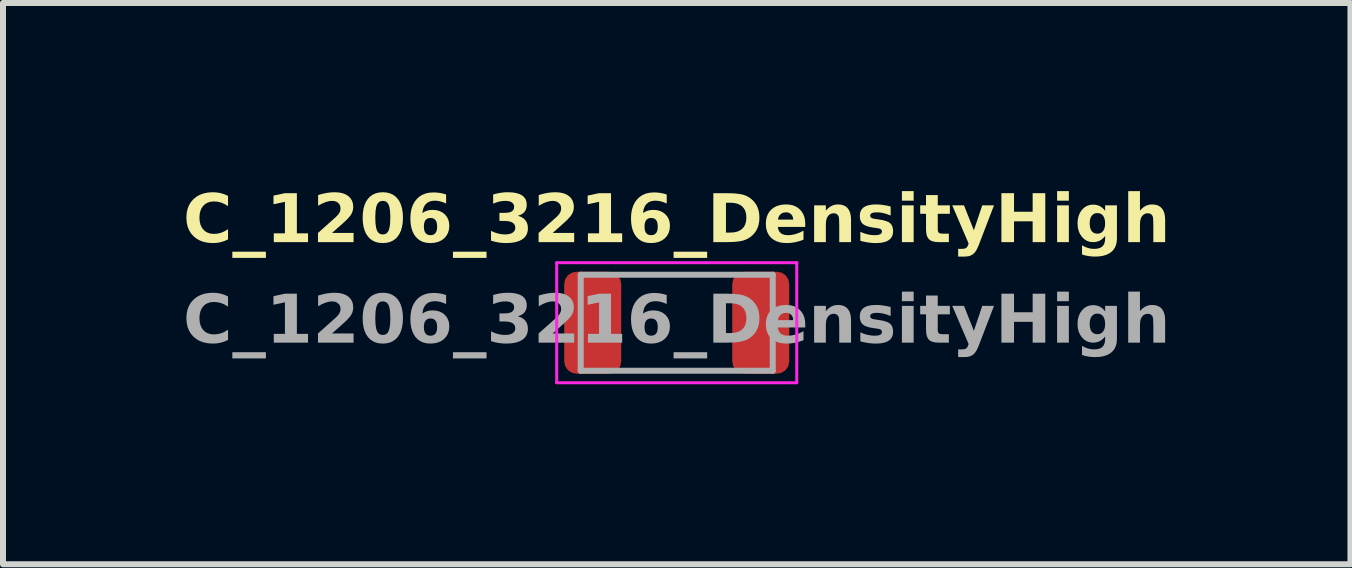
<source format=kicad_pcb>
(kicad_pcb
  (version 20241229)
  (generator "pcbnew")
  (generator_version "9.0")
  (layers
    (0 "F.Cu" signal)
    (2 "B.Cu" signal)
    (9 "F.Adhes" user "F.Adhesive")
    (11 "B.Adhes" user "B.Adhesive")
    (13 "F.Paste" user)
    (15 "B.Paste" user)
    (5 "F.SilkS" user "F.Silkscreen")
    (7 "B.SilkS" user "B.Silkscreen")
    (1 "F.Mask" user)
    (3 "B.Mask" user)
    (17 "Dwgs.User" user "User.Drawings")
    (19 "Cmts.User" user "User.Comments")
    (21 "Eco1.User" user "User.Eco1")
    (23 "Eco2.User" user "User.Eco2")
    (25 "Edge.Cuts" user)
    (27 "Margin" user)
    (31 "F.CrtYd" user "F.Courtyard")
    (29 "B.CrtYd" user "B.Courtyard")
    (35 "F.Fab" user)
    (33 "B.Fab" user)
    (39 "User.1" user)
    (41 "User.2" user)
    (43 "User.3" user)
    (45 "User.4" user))
  (footprint "C_1206_3216_DensityHigh"
    (layer "F.Cu")
    (at 8.227 2.328)
    (property "Reference" "C_1206_3216_DensityHigh" (at 0 -1.675 0) (unlocked yes) (layer "F.SilkS") (effects (font (face "JetBrains Mono SemiBold") (size 0.8 0.8) (thickness 0.1))))
    (attr smd)
    (fp_line (start -2 -1) (end 2 -1) (stroke (width 0.05) (type solid)) (layer "F.CrtYd"))
    (fp_line (start -2 1) (end -2 -1) (stroke (width 0.05) (type solid)) (layer "F.CrtYd"))
    (fp_line (start 2 -1) (end 2 1) (stroke (width 0.05) (type solid)) (layer "F.CrtYd"))
    (fp_line (start 2 1) (end -2 1) (stroke (width 0.05) (type solid)) (layer "F.CrtYd"))
    (fp_line (start -1.6 -0.8) (end 1.6 -0.8) (stroke (width 0.1) (type solid)) (layer "F.Fab"))
    (fp_line (start -1.6 0.8) (end -1.6 -0.8) (stroke (width 0.1) (type solid)) (layer "F.Fab"))
    (fp_line (start 1.6 -0.8) (end 1.6 0.8) (stroke (width 0.1) (type solid)) (layer "F.Fab"))
    (fp_line (start 1.6 0.8) (end -1.6 0.8) (stroke (width 0.1) (type solid)) (layer "F.Fab"))
    (fp_text user "${REFERENCE}" (at 0 0 0) (layer "F.Fab") (effects (font (face "JetBrains Mono SemiBold") (size 0.8 0.8) (thickness 0.12))))
    (pad "1" smd roundrect (at -1.4 0) (size 0.95 1.7) (layers "F.Cu" "F.Mask" "F.Paste") (roundrect_rratio 0.217))
    (pad "2" smd roundrect (at 1.4 0) (size 0.95 1.7) (layers "F.Cu" "F.Mask" "F.Paste") (roundrect_rratio 0.217)))
  (gr_rect
    (start -3 -3)
    (end 19.454 6.353)
    (stroke (width 0.1) (type default))
    (fill no)
    (layer "Edge.Cuts")))
</source>
